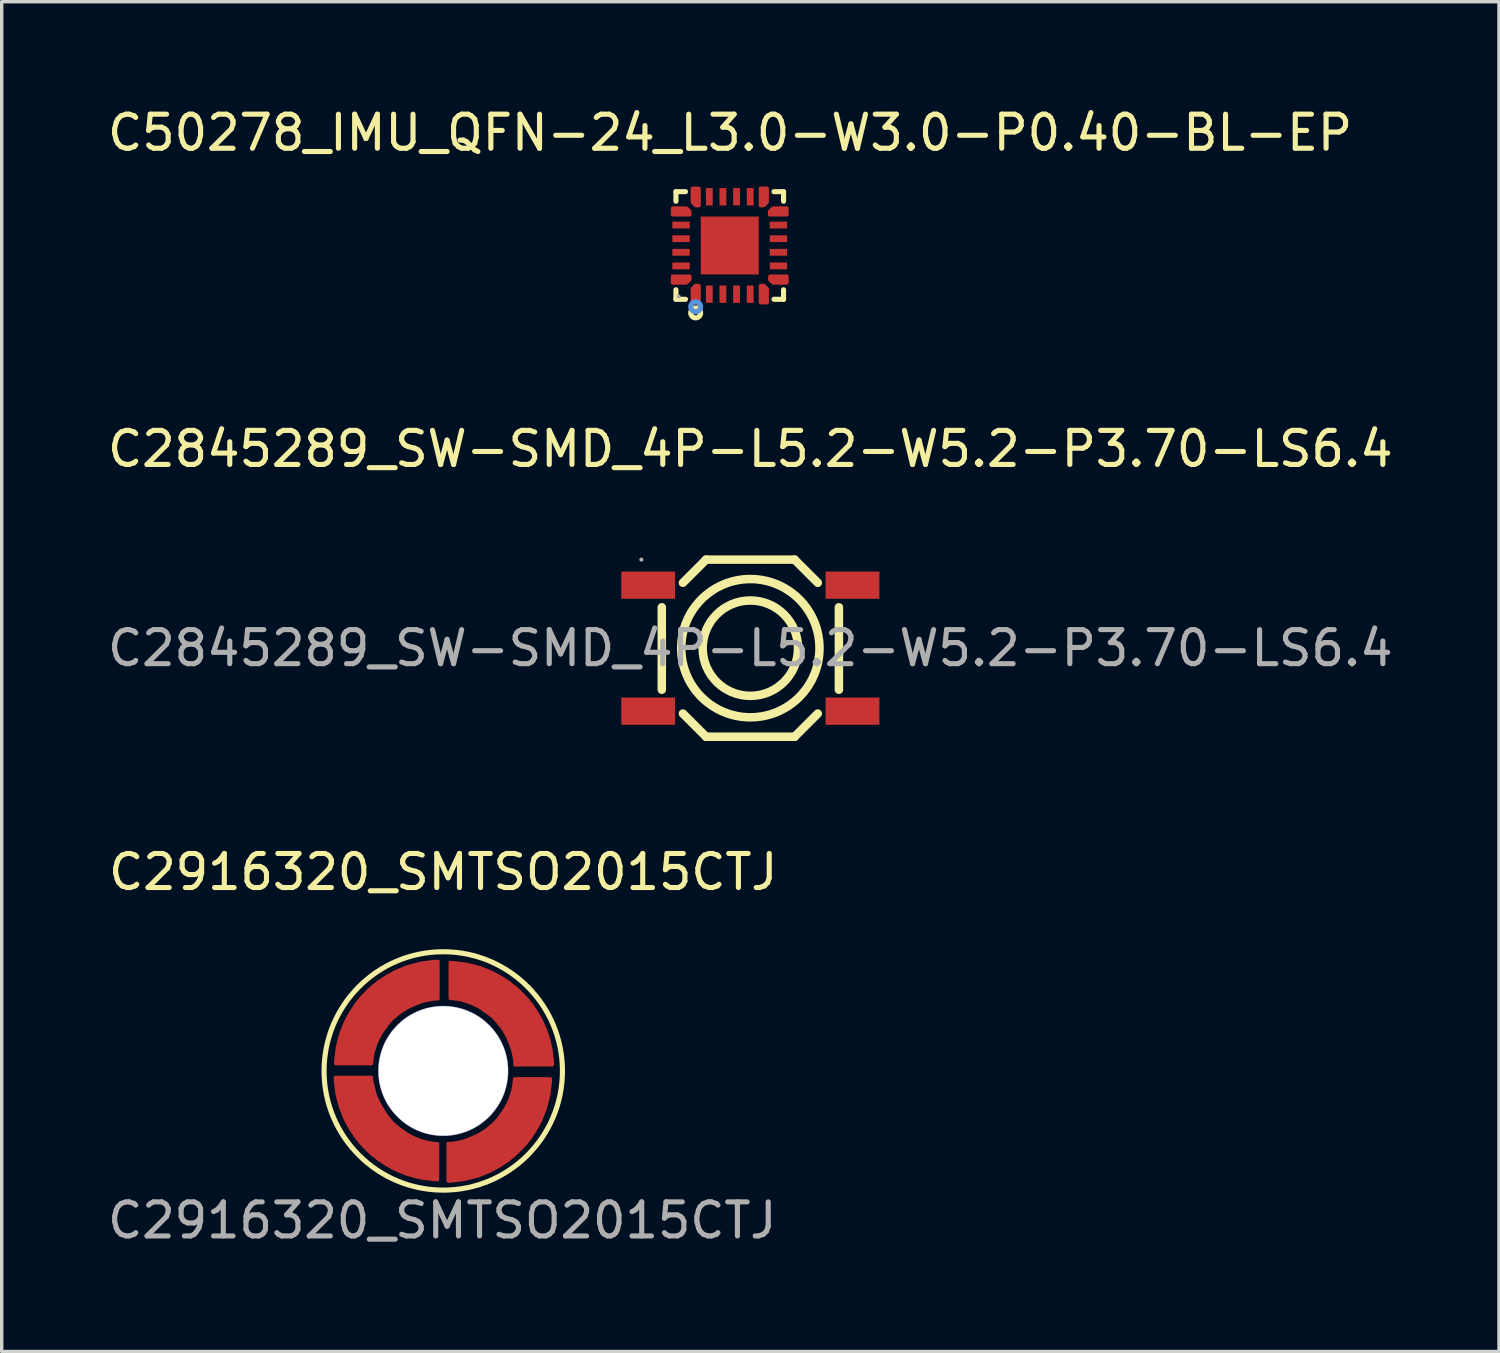
<source format=kicad_pcb>
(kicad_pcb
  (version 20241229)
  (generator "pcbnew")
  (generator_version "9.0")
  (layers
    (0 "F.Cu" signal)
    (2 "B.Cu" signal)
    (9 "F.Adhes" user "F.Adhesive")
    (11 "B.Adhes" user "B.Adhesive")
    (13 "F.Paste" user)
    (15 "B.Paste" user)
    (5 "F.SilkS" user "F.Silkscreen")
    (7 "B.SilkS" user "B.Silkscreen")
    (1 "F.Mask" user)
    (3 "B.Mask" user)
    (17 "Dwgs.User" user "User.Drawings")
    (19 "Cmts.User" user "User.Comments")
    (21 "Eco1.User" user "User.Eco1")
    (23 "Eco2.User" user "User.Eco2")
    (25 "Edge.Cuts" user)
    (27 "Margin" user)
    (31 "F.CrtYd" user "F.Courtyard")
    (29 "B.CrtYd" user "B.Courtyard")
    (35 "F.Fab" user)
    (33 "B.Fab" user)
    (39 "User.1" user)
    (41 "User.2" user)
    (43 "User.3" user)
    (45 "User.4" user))
  (footprint "C2916320_SMTSO2015CTJ"
    (layer "F.Cu")
    (at 9.965 28.395)
    (property "Reference" "C2916320_SMTSO2015CTJ" (at 0 -5.84 0) (layer "F.SilkS") (effects (font (size 1 1) (thickness 0.15))))
    (attr through_hole)
    (fp_poly (pts (xy -3.167 0.189) (xy -2.11 0.19) (xy -2.1 0.31) (xy -2.05 0.51) (xy -2.02 0.63) (xy -1.98 0.76) (xy -1.93 0.86) (xy -1.88 0.97) (xy -1.827 1.059) (xy -1.757 1.179) (xy -1.687 1.289) (xy -1.597 1.399) (xy -1.517 1.499) (xy -1.427 1.589) (xy -1.307 1.689) (xy -1.177 1.779) (xy -1.067 1.859) (xy -0.937 1.929) (xy -0.787 1.999) (xy -0.677 2.039) (xy -0.517 2.089) (xy -0.427 2.109) (xy -0.297 2.129) (xy -0.167 2.139) (xy -0.167 3.189) (xy -0.247 3.189) (xy -0.327 3.179) (xy -0.407 3.169) (xy -0.487 3.159) (xy -0.567 3.149) (xy -0.647 3.139) (xy -0.727 3.119) (xy -0.807 3.099) (xy -0.887 3.079) (xy -0.957 3.059) (xy -1.037 3.039) (xy -1.117 3.009) (xy -1.187 2.979) (xy -1.267 2.949) (xy -1.337 2.919) (xy -1.407 2.889) (xy -1.487 2.849) (xy -1.557 2.809) (xy -1.627 2.769) (xy -1.697 2.729) (xy -1.757 2.689) (xy -1.827 2.639) (xy -1.897 2.599) (xy -1.957 2.549) (xy -2.017 2.499) (xy -2.087 2.449) (xy -2.147 2.389) (xy -2.207 2.339) (xy -2.257 2.279) (xy -2.317 2.229) (xy -2.367 2.169) (xy -2.427 2.109) (xy -2.477 2.039) (xy -2.527 1.979) (xy -2.577 1.919) (xy -2.617 1.849) (xy -2.667 1.779) (xy -2.707 1.719) (xy -2.747 1.649) (xy -2.787 1.579) (xy -2.827 1.509) (xy -2.867 1.429) (xy -2.897 1.359) (xy -2.927 1.289) (xy -2.957 1.209) (xy -2.987 1.139) (xy -3.017 1.059) (xy -3.037 0.979) (xy -3.057 0.909) (xy -3.077 0.829) (xy -3.097 0.749) (xy -3.117 0.669) (xy -3.127 0.589) (xy -3.137 0.509) (xy -3.147 0.429) (xy -3.157 0.349) (xy -3.167 0.269)) (stroke (width 0.1) (type solid)) (fill yes) (layer "F.Cu"))
    (fp_poly (pts (xy -0.156 -3.215) (xy -0.156 -2.115) (xy -0.256 -2.115) (xy -0.386 -2.095) (xy -0.496 -2.075) (xy -0.636 -2.035) (xy -0.776 -1.985) (xy -0.916 -1.925) (xy -1.026 -1.875) (xy -1.146 -1.805) (xy -1.256 -1.735) (xy -1.366 -1.645) (xy -1.466 -1.565) (xy -1.556 -1.475) (xy -1.656 -1.355) (xy -1.746 -1.225) (xy -1.826 -1.115) (xy -1.896 -0.985) (xy -1.966 -0.835) (xy -2.006 -0.725) (xy -2.056 -0.565) (xy -2.076 -0.475) (xy -2.096 -0.345) (xy -2.106 -0.215) (xy -3.156 -0.215) (xy -3.156 -0.295) (xy -3.146 -0.375) (xy -3.136 -0.455) (xy -3.126 -0.535) (xy -3.116 -0.615) (xy -3.106 -0.695) (xy -3.086 -0.775) (xy -3.066 -0.855) (xy -3.046 -0.935) (xy -3.026 -1.005) (xy -3.006 -1.085) (xy -2.976 -1.165) (xy -2.946 -1.235) (xy -2.916 -1.315) (xy -2.886 -1.385) (xy -2.856 -1.455) (xy -2.816 -1.535) (xy -2.776 -1.605) (xy -2.736 -1.675) (xy -2.696 -1.745) (xy -2.656 -1.805) (xy -2.606 -1.875) (xy -2.566 -1.945) (xy -2.516 -2.005) (xy -2.466 -2.065) (xy -2.416 -2.135) (xy -2.356 -2.195) (xy -2.306 -2.255) (xy -2.246 -2.305) (xy -2.196 -2.365) (xy -2.136 -2.415) (xy -2.076 -2.475) (xy -2.006 -2.525) (xy -1.946 -2.575) (xy -1.886 -2.625) (xy -1.816 -2.665) (xy -1.746 -2.715) (xy -1.686 -2.755) (xy -1.616 -2.795) (xy -1.546 -2.835) (xy -1.476 -2.875) (xy -1.396 -2.915) (xy -1.326 -2.945) (xy -1.256 -2.975) (xy -1.176 -3.005) (xy -1.106 -3.035) (xy -1.026 -3.065) (xy -0.946 -3.085) (xy -0.876 -3.105) (xy -0.796 -3.125) (xy -0.716 -3.145) (xy -0.636 -3.165) (xy -0.556 -3.175) (xy -0.476 -3.185) (xy -0.396 -3.195) (xy -0.316 -3.205) (xy -0.236 -3.215)) (stroke (width 0.1) (type solid)) (fill yes) (layer "F.Cu"))
    (fp_poly (pts (xy 0.144 3.232) (xy 0.144 2.132) (xy 0.244 2.132) (xy 0.374 2.112) (xy 0.484 2.092) (xy 0.624 2.052) (xy 0.764 2.002) (xy 0.904 1.942) (xy 1.014 1.892) (xy 1.134 1.822) (xy 1.244 1.752) (xy 1.354 1.662) (xy 1.454 1.582) (xy 1.544 1.492) (xy 1.644 1.372) (xy 1.734 1.242) (xy 1.814 1.132) (xy 1.884 1.002) (xy 1.954 0.852) (xy 1.994 0.742) (xy 2.044 0.582) (xy 2.064 0.492) (xy 2.084 0.362) (xy 2.094 0.232) (xy 3.144 0.232) (xy 3.144 0.312) (xy 3.134 0.392) (xy 3.124 0.472) (xy 3.114 0.552) (xy 3.104 0.632) (xy 3.094 0.712) (xy 3.074 0.792) (xy 3.054 0.872) (xy 3.034 0.952) (xy 3.014 1.022) (xy 2.994 1.102) (xy 2.964 1.182) (xy 2.934 1.252) (xy 2.904 1.332) (xy 2.874 1.402) (xy 2.844 1.472) (xy 2.804 1.552) (xy 2.764 1.622) (xy 2.724 1.692) (xy 2.684 1.762) (xy 2.644 1.822) (xy 2.594 1.892) (xy 2.554 1.962) (xy 2.504 2.022) (xy 2.454 2.082) (xy 2.404 2.152) (xy 2.344 2.212) (xy 2.294 2.272) (xy 2.234 2.322) (xy 2.184 2.382) (xy 2.124 2.432) (xy 2.064 2.492) (xy 1.994 2.542) (xy 1.934 2.592) (xy 1.874 2.642) (xy 1.804 2.682) (xy 1.734 2.732) (xy 1.674 2.772) (xy 1.604 2.812) (xy 1.534 2.852) (xy 1.464 2.892) (xy 1.384 2.932) (xy 1.314 2.962) (xy 1.244 2.992) (xy 1.164 3.022) (xy 1.094 3.052) (xy 1.014 3.082) (xy 0.934 3.102) (xy 0.864 3.122) (xy 0.784 3.142) (xy 0.704 3.162) (xy 0.624 3.182) (xy 0.544 3.192) (xy 0.464 3.202) (xy 0.384 3.212) (xy 0.304 3.222) (xy 0.224 3.232)) (stroke (width 0.1) (type solid)) (fill yes) (layer "F.Cu"))
    (fp_poly (pts (xy 3.205 -0.18) (xy 2.105 -0.18) (xy 2.105 -0.28) (xy 2.085 -0.41) (xy 2.065 -0.52) (xy 2.025 -0.66) (xy 1.975 -0.8) (xy 1.915 -0.94) (xy 1.865 -1.05) (xy 1.795 -1.17) (xy 1.725 -1.28) (xy 1.635 -1.39) (xy 1.555 -1.49) (xy 1.465 -1.58) (xy 1.345 -1.68) (xy 1.215 -1.77) (xy 1.105 -1.85) (xy 0.975 -1.92) (xy 0.825 -1.99) (xy 0.715 -2.03) (xy 0.555 -2.08) (xy 0.465 -2.1) (xy 0.335 -2.12) (xy 0.205 -2.13) (xy 0.205 -3.18) (xy 0.285 -3.18) (xy 0.365 -3.17) (xy 0.445 -3.16) (xy 0.525 -3.15) (xy 0.605 -3.14) (xy 0.685 -3.13) (xy 0.765 -3.11) (xy 0.845 -3.09) (xy 0.925 -3.07) (xy 0.995 -3.05) (xy 1.075 -3.03) (xy 1.155 -3) (xy 1.225 -2.97) (xy 1.305 -2.94) (xy 1.375 -2.91) (xy 1.445 -2.88) (xy 1.525 -2.84) (xy 1.595 -2.8) (xy 1.665 -2.76) (xy 1.735 -2.72) (xy 1.795 -2.68) (xy 1.865 -2.63) (xy 1.935 -2.59) (xy 1.995 -2.54) (xy 2.055 -2.49) (xy 2.125 -2.44) (xy 2.185 -2.38) (xy 2.245 -2.33) (xy 2.295 -2.27) (xy 2.355 -2.22) (xy 2.405 -2.16) (xy 2.465 -2.1) (xy 2.515 -2.03) (xy 2.565 -1.97) (xy 2.615 -1.91) (xy 2.655 -1.84) (xy 2.705 -1.77) (xy 2.745 -1.71) (xy 2.785 -1.64) (xy 2.825 -1.57) (xy 2.865 -1.5) (xy 2.905 -1.42) (xy 2.935 -1.35) (xy 2.965 -1.28) (xy 2.995 -1.2) (xy 3.025 -1.13) (xy 3.055 -1.05) (xy 3.075 -0.97) (xy 3.095 -0.9) (xy 3.115 -0.82) (xy 3.135 -0.74) (xy 3.155 -0.66) (xy 3.165 -0.58) (xy 3.175 -0.5) (xy 3.185 -0.42) (xy 3.195 -0.34) (xy 3.205 -0.26)) (stroke (width 0.1) (type solid)) (fill yes) (layer "F.Cu"))
    (fp_circle (center 0 0) (end 3.5 0) (stroke (width 0.15) (type solid)) (fill no) (layer "F.SilkS"))
    (fp_circle (center 0.009 0) (end 2.67 0) (stroke (width 1.2) (type default)) (fill no) (layer "F.Paste"))
    (fp_circle (center 0 0) (end 0.9 0) (stroke (width 1.8) (type solid)) (fill no) (layer "Cmts.User"))
    (fp_text user "${REFERENCE}" (at -0.03 4.39 0) (layer "F.Fab") (effects (font (size 1 1) (thickness 0.15))))
    (pad "" thru_hole circle (at 0 0) (size 3.82 3.82) (drill 3.8) (layers "*.Cu" "*.Mask")))
  (footprint "C2845289_SW-SMD_4P-L5.2-W5.2-P3.70-LS6.4"
    (layer "F.Cu")
    (at 18.982 15.982)
    (property "Reference" "C2845289_SW-SMD_4P-L5.2-W5.2-P3.70-LS6.4" (at 0 -5.85 0) (layer "F.SilkS") (effects (font (size 1 1) (thickness 0.15))))
    (attr smd)
    (fp_line (start -2.6 -1.2) (end -2.6 1.22) (stroke (width 0.25) (type solid)) (layer "F.SilkS"))
    (fp_line (start -1.98 1.92) (end -1.3 2.6) (stroke (width 0.25) (type solid)) (layer "F.SilkS"))
    (fp_line (start -1.3 -2.6) (end -1.98 -1.92) (stroke (width 0.25) (type solid)) (layer "F.SilkS"))
    (fp_line (start -1.3 2.6) (end 1.3 2.6) (stroke (width 0.25) (type solid)) (layer "F.SilkS"))
    (fp_line (start 1.3 -2.6) (end -1.3 -2.6) (stroke (width 0.25) (type solid)) (layer "F.SilkS"))
    (fp_line (start 1.3 2.6) (end 1.98 1.92) (stroke (width 0.25) (type solid)) (layer "F.SilkS"))
    (fp_line (start 1.98 -1.92) (end 1.3 -2.6) (stroke (width 0.25) (type solid)) (layer "F.SilkS"))
    (fp_line (start 2.6 -1.2) (end 2.6 1.22) (stroke (width 0.25) (type solid)) (layer "F.SilkS"))
    (fp_circle (center 0 0) (end 1.4 0) (stroke (width 0.25) (type solid)) (fill no) (layer "F.SilkS"))
    (fp_circle (center 0 0) (end 2.03 0) (stroke (width 0.25) (type solid)) (fill no) (layer "F.SilkS"))
    (fp_circle (center -3.2 -2.6) (end -3.17 -2.6) (stroke (width 0.06) (type solid)) (fill no) (layer "F.Fab"))
    (fp_text user "${REFERENCE}" (at 0 0 0) (layer "F.Fab") (effects (font (size 1 1) (thickness 0.15))))
    (pad "1" smd rect (at -3 -1.85) (size 1.58 0.8) (layers "F.Cu" "F.Mask" "F.Paste"))
    (pad "2" smd rect (at 3 -1.85) (size 1.58 0.8) (layers "F.Cu" "F.Mask" "F.Paste"))
    (pad "3" smd rect (at -3 1.85) (size 1.58 0.8) (layers "F.Cu" "F.Mask" "F.Paste"))
    (pad "4" smd rect (at 3 1.85) (size 1.58 0.8) (layers "F.Cu" "F.Mask" "F.Paste")))
  (footprint "C50278_IMU_QFN-24_L3.0-W3.0-P0.40-BL-EP"
    (layer "F.Cu")
    (at 18.377 4.158)
    (property "Reference" "C50278_IMU_QFN-24_L3.0-W3.0-P0.40-BL-EP" (at 0.01 -3.31 0) (layer "F.SilkS") (effects (font (size 1 1) (thickness 0.15))))
    (attr smd)
    (fp_line (start -1.58 -1.58) (end -1.3 -1.58) (stroke (width 0.15) (type solid)) (layer "F.SilkS"))
    (fp_line (start -1.58 -1.3) (end -1.58 -1.58) (stroke (width 0.15) (type solid)) (layer "F.SilkS"))
    (fp_line (start -1.58 1.3) (end -1.58 1.58) (stroke (width 0.15) (type solid)) (layer "F.SilkS"))
    (fp_line (start -1.58 1.58) (end -1.3 1.58) (stroke (width 0.15) (type solid)) (layer "F.SilkS"))
    (fp_line (start 1.58 -1.58) (end 1.3 -1.58) (stroke (width 0.15) (type solid)) (layer "F.SilkS"))
    (fp_line (start 1.58 -1.3) (end 1.58 -1.58) (stroke (width 0.15) (type solid)) (layer "F.SilkS"))
    (fp_line (start 1.58 1.3) (end 1.58 1.58) (stroke (width 0.15) (type solid)) (layer "F.SilkS"))
    (fp_line (start 1.58 1.58) (end 1.3 1.58) (stroke (width 0.15) (type solid)) (layer "F.SilkS"))
    (fp_circle (center -1 1.98) (end -0.93 1.98) (stroke (width 0.15) (type solid)) (fill no) (layer "F.SilkS"))
    (fp_circle (center -1 1.8) (end -0.93 1.8) (stroke (width 0.15) (type solid)) (fill no) (layer "Cmts.User"))
    (fp_circle (center -1.5 1.5) (end -1.47 1.5) (stroke (width 0.06) (type solid)) (fill no) (layer "F.Fab"))
    (pad "1" smd custom (at -1 1.43) (size 0.01 0.01) (layers "F.Cu" "F.Mask" "F.Paste") (options (anchor circle)) (primitives (gr_poly (pts (xy -0.1 0.25) (xy 0.1 0.25) (xy 0.1 -0.25) (xy 0 -0.26) (xy -0.1 -0.16)) (width 0.1) (fill yes))))
    (pad "2" smd rect (at -0.6 1.43) (size 0.2 0.51) (layers "F.Cu" "F.Mask" "F.Paste"))
    (pad "3" smd rect (at -0.2 1.43) (size 0.2 0.51) (layers "F.Cu" "F.Mask" "F.Paste"))
    (pad "4" smd rect (at 0.2 1.43) (size 0.2 0.51) (layers "F.Cu" "F.Mask" "F.Paste"))
    (pad "5" smd rect (at 0.6 1.43) (size 0.2 0.51) (layers "F.Cu" "F.Mask" "F.Paste"))
    (pad "6" smd custom (at 1 1.43) (size 0.01 0.01) (layers "F.Cu" "F.Mask" "F.Paste") (options (anchor circle)) (primitives (gr_poly (pts (xy 0.1 0.25) (xy -0.1 0.25) (xy -0.1 -0.25) (xy 0 -0.26) (xy 0.1 -0.16)) (width 0.1) (fill yes))))
    (pad "7" smd custom (at 1.43 1) (size 0.01 0.01) (layers "F.Cu" "F.Mask" "F.Paste") (options (anchor circle)) (primitives (gr_poly (pts (xy 0.25 0.1) (xy -0.16 0.1) (xy -0.26 0) (xy -0.25 -0.1) (xy 0.25 -0.1)) (width 0.1) (fill yes))))
    (pad "8" smd rect (at 1.43 0.6) (size 0.51 0.2) (layers "F.Cu" "F.Mask" "F.Paste"))
    (pad "9" smd rect (at 1.43 0.2) (size 0.51 0.2) (layers "F.Cu" "F.Mask" "F.Paste"))
    (pad "10" smd rect (at 1.43 -0.2) (size 0.51 0.2) (layers "F.Cu" "F.Mask" "F.Paste"))
    (pad "11" smd rect (at 1.43 -0.6) (size 0.51 0.2) (layers "F.Cu" "F.Mask" "F.Paste"))
    (pad "12" smd custom (at 1.43 -1) (size 0.01 0.01) (layers "F.Cu" "F.Mask" "F.Paste") (options (anchor circle)) (primitives (gr_poly (pts (xy 0.25 -0.1) (xy -0.16 -0.1) (xy -0.26 0) (xy -0.26 0.1) (xy 0.25 0.1)) (width 0.1) (fill yes))))
    (pad "13" smd custom (at 1 -1.43) (size 0.01 0.01) (layers "F.Cu" "F.Mask" "F.Paste") (options (anchor circle)) (primitives (gr_poly (pts (xy 0.1 -0.25) (xy -0.1 -0.25) (xy -0.1 0.26) (xy 0 0.26) (xy 0.1 0.16)) (width 0.1) (fill yes))))
    (pad "14" smd rect (at 0.6 -1.43) (size 0.2 0.51) (layers "F.Cu" "F.Mask" "F.Paste"))
    (pad "15" smd rect (at 0.2 -1.43) (size 0.2 0.51) (layers "F.Cu" "F.Mask" "F.Paste"))
    (pad "16" smd rect (at -0.2 -1.43) (size 0.2 0.51) (layers "F.Cu" "F.Mask" "F.Paste"))
    (pad "17" smd rect (at -0.6 -1.43) (size 0.2 0.51) (layers "F.Cu" "F.Mask" "F.Paste"))
    (pad "18" smd custom (at -1 -1.43) (size 0.01 0.01) (layers "F.Cu" "F.Mask" "F.Paste") (options (anchor circle)) (primitives (gr_poly (pts (xy -0.1 -0.25) (xy 0.1 -0.25) (xy 0.1 0.26) (xy 0 0.26) (xy -0.1 0.16)) (width 0.1) (fill yes))))
    (pad "19" smd custom (at -1.43 -1) (size 0.01 0.01) (layers "F.Cu" "F.Mask" "F.Paste") (options (anchor circle)) (primitives (gr_poly (pts (xy -0.25 -0.1) (xy 0.16 -0.1) (xy 0.26 0) (xy 0.26 0.1) (xy -0.25 0.1)) (width 0.1) (fill yes))))
    (pad "20" smd rect (at -1.43 -0.6) (size 0.51 0.2) (layers "F.Cu" "F.Mask" "F.Paste"))
    (pad "21" smd rect (at -1.43 -0.2) (size 0.51 0.2) (layers "F.Cu" "F.Mask" "F.Paste"))
    (pad "22" smd rect (at -1.43 0.2) (size 0.51 0.2) (layers "F.Cu" "F.Mask" "F.Paste"))
    (pad "23" smd rect (at -1.43 0.6) (size 0.51 0.2) (layers "F.Cu" "F.Mask" "F.Paste"))
    (pad "24" smd custom (at -1.43 1) (size 0.01 0.01) (layers "F.Cu" "F.Mask" "F.Paste") (options (anchor circle)) (primitives (gr_poly (pts (xy -0.25 0.1) (xy 0.16 0.1) (xy 0.26 0) (xy 0.26 -0.1) (xy -0.25 -0.1)) (width 0.1) (fill yes))))
    (pad "25" smd rect (at 0 0) (size 1.7 1.7) (layers "F.Cu" "F.Mask" "F.Paste")))
  (gr_rect
    (start -3 -3)
    (end 40.964 36.633)
    (stroke (width 0.1) (type default))
    (fill no)
    (layer "Edge.Cuts")))
</source>
